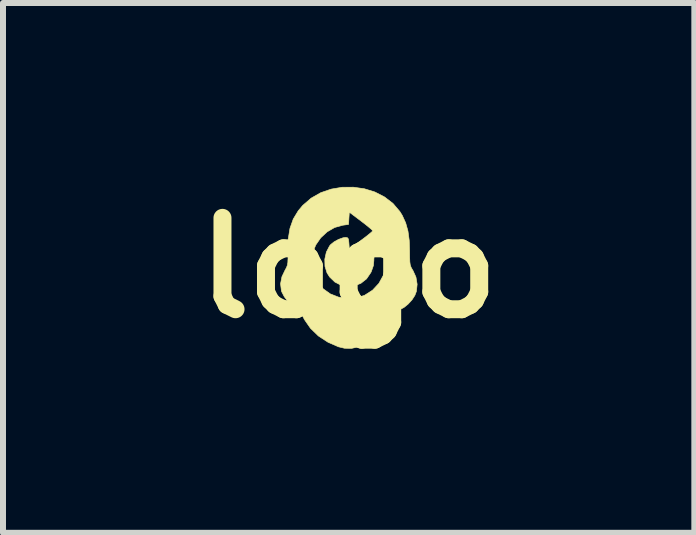
<source format=kicad_pcb>
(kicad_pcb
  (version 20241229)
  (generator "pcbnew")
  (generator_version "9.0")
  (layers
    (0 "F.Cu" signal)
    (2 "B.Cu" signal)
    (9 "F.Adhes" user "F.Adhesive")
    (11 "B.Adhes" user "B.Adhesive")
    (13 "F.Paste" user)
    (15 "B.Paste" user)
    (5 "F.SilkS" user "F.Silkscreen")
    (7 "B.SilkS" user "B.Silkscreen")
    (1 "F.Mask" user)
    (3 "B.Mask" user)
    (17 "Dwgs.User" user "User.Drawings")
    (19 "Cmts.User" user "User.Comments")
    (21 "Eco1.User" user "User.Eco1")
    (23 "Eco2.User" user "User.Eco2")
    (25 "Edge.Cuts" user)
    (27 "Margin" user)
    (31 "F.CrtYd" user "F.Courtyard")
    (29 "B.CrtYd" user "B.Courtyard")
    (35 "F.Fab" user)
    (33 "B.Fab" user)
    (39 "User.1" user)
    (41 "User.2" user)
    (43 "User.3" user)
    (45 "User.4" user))
  (footprint "logo"
    (layer "F.Cu")
    (at 2.765 1.418)
    (property "Reference" "logo" (at 0 0 0) (layer "F.SilkS") (effects (font (size 1.524 1.524) (thickness 0.3))))
    (attr through_hole)
    (fp_poly (pts (xy 0.262 -1.32) (xy 0.437 -1.266) (xy 0.597 -1.184) (xy 0.738 -1.076) (xy 0.853 -0.941) (xy 0.894 -0.875) (xy 0.951 -0.75) (xy 0.989 -0.614) (xy 1.01 -0.459) (xy 1.016 -0.281) (xy 1.017 -0.175) (xy 1.02 -0.102) (xy 1.027 -0.05) (xy 1.041 -0.01) (xy 1.062 0.028) (xy 1.073 0.045) (xy 1.122 0.153) (xy 1.142 0.273) (xy 1.13 0.39) (xy 1.104 0.459) (xy 1.056 0.533) (xy 0.991 0.604) (xy 0.922 0.66) (xy 0.87 0.687) (xy 0.837 0.714) (xy 0.798 0.771) (xy 0.774 0.817) (xy 0.698 0.942) (xy 0.589 1.064) (xy 0.458 1.172) (xy 0.318 1.255) (xy 0.175 1.314) (xy 0.049 1.342) (xy -0.07 1.34) (xy -0.17 1.316) (xy -0.346 1.239) (xy -0.505 1.135) (xy -0.637 1.007) (xy -0.737 0.863) (xy -0.756 0.826) (xy -0.805 0.737) (xy -0.853 0.687) (xy -0.873 0.676) (xy -0.941 0.632) (xy -1.012 0.562) (xy -1.074 0.48) (xy -1.116 0.399) (xy -1.122 0.38) (xy -1.136 0.264) (xy -1.113 0.147) (xy -1.063 0.042) (xy -1.038 -0.004) (xy -1.022 -0.045) (xy -1.014 -0.094) (xy -1.013 -0.128) (xy -0.612 -0.128) (xy -0.596 0.02) (xy -0.55 0.164) (xy -0.476 0.29) (xy -0.423 0.35) (xy -0.307 0.433) (xy -0.17 0.487) (xy -0.022 0.51) (xy 0.126 0.501) (xy 0.263 0.458) (xy 0.265 0.457) (xy 0.398 0.372) (xy 0.504 0.258) (xy 0.579 0.122) (xy 0.618 -0.03) (xy 0.623 -0.097) (xy 0.617 -0.197) (xy 0.594 -0.26) (xy 0.553 -0.291) (xy 0.519 -0.296) (xy 0.461 -0.279) (xy 0.429 -0.228) (xy 0.42 -0.142) (xy 0.421 -0.133) (xy 0.413 -0.04) (xy 0.378 0.06) (xy 0.37 0.077) (xy 0.298 0.183) (xy 0.204 0.257) (xy 0.098 0.299) (xy -0.015 0.31) (xy -0.127 0.289) (xy -0.23 0.236) (xy -0.318 0.151) (xy -0.361 0.083) (xy -0.395 -0.026) (xy -0.398 -0.146) (xy -0.372 -0.264) (xy -0.319 -0.366) (xy -0.301 -0.388) (xy -0.244 -0.434) (xy -0.17 -0.475) (xy -0.095 -0.502) (xy -0.055 -0.508) (xy -0.022 -0.504) (xy -0.005 -0.483) (xy 0.002 -0.434) (xy 0.004 -0.412) (xy 0.011 -0.315) (xy 0.206 -0.459) (xy 0.283 -0.517) (xy 0.346 -0.567) (xy 0.388 -0.603) (xy 0.401 -0.619) (xy 0.386 -0.637) (xy 0.343 -0.674) (xy 0.279 -0.726) (xy 0.206 -0.782) (xy 0.011 -0.929) (xy 0.004 -0.827) (xy -0.002 -0.725) (xy -0.103 -0.711) (xy -0.234 -0.674) (xy -0.358 -0.602) (xy -0.466 -0.502) (xy -0.549 -0.382) (xy -0.595 -0.268) (xy -0.612 -0.128) (xy -1.013 -0.128) (xy -1.011 -0.161) (xy -1.013 -0.257) (xy -1.013 -0.276) (xy -1.008 -0.483) (xy -0.979 -0.66) (xy -0.924 -0.815) (xy -0.84 -0.954) (xy -0.766 -1.042) (xy -0.626 -1.163) (xy -0.466 -1.254) (xy -0.292 -1.314) (xy -0.108 -1.345) (xy 0.078 -1.346) (xy 0.262 -1.32)) (stroke (width 0.01) (type solid)) (fill yes) (layer "F.SilkS")))
  (gr_rect
    (start -3 -3)
    (end 8.53 5.836)
    (stroke (width 0.1) (type default))
    (fill no)
    (layer "Edge.Cuts")))
</source>
